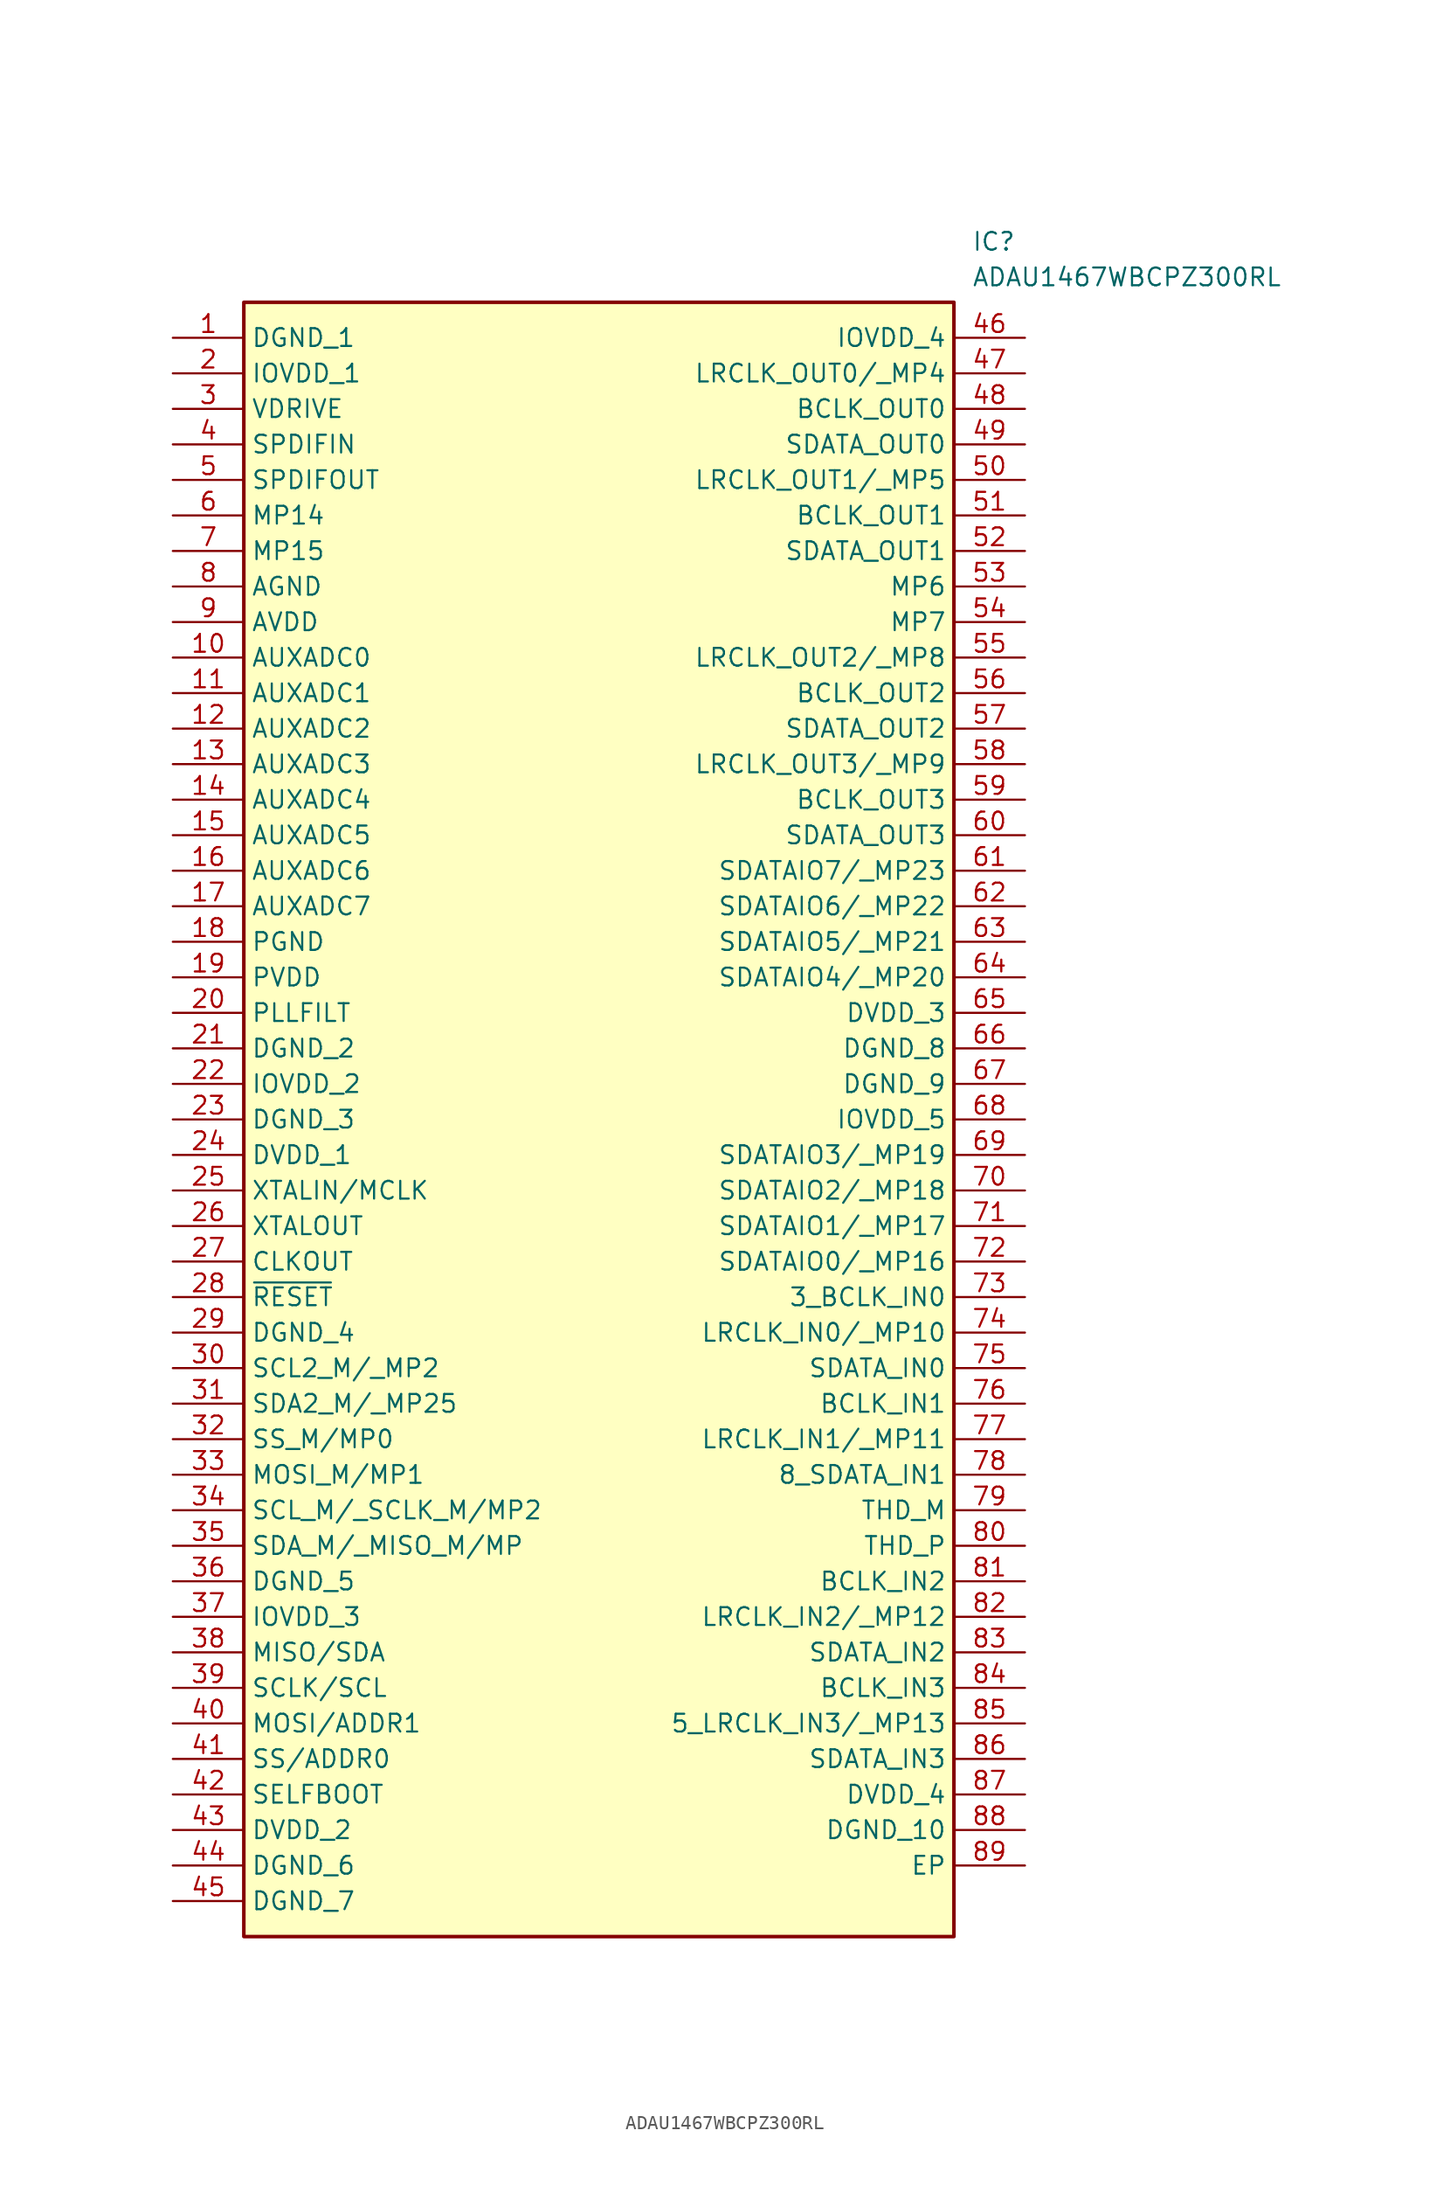
<source format=kicad_sym>
(kicad_symbol_lib
  (version 20211014)
  (generator SamacSys_ECAD_Model)
  (symbol "ADAU1467WBCPZ300RL"
    (property "Reference" "IC"
      (at 57.15 7.62 0)
      (effects (font (size 1.27 1.27)) (justify left top)))
    (property "Value" "ADAU1467WBCPZ300RL"
      (at 57.15 5.08 0)
      (effects (font (size 1.27 1.27)) (justify left top)))
    (rectangle
      (start 5.08 2.54)
      (end 55.88 -114.3)
      (stroke (width 0.254) (type default))
      (fill (type background)))
    (pin passive line
      (at 0 0 0)
      (length 5.08)
      (name "DGND_1" (effects (font (size 1.27 1.27))))
      (number "1" (effects (font (size 1.27 1.27)))))
    (pin passive line
      (at 0 -2.54 0)
      (length 5.08)
      (name "IOVDD_1" (effects (font (size 1.27 1.27))))
      (number "2" (effects (font (size 1.27 1.27)))))
    (pin passive line
      (at 0 -5.08 0)
      (length 5.08)
      (name "VDRIVE" (effects (font (size 1.27 1.27))))
      (number "3" (effects (font (size 1.27 1.27)))))
    (pin passive line
      (at 0 -7.62 0)
      (length 5.08)
      (name "SPDIFIN" (effects (font (size 1.27 1.27))))
      (number "4" (effects (font (size 1.27 1.27)))))
    (pin passive line
      (at 0 -10.16 0)
      (length 5.08)
      (name "SPDIFOUT" (effects (font (size 1.27 1.27))))
      (number "5" (effects (font (size 1.27 1.27)))))
    (pin passive line
      (at 0 -12.7 0)
      (length 5.08)
      (name "MP14" (effects (font (size 1.27 1.27))))
      (number "6" (effects (font (size 1.27 1.27)))))
    (pin passive line
      (at 0 -15.24 0)
      (length 5.08)
      (name "MP15" (effects (font (size 1.27 1.27))))
      (number "7" (effects (font (size 1.27 1.27)))))
    (pin passive line
      (at 0 -17.78 0)
      (length 5.08)
      (name "AGND" (effects (font (size 1.27 1.27))))
      (number "8" (effects (font (size 1.27 1.27)))))
    (pin passive line
      (at 0 -20.32 0)
      (length 5.08)
      (name "AVDD" (effects (font (size 1.27 1.27))))
      (number "9" (effects (font (size 1.27 1.27)))))
    (pin passive line
      (at 0 -22.86 0)
      (length 5.08)
      (name "AUXADC0" (effects (font (size 1.27 1.27))))
      (number "10" (effects (font (size 1.27 1.27)))))
    (pin passive line
      (at 0 -25.4 0)
      (length 5.08)
      (name "AUXADC1" (effects (font (size 1.27 1.27))))
      (number "11" (effects (font (size 1.27 1.27)))))
    (pin passive line
      (at 0 -27.94 0)
      (length 5.08)
      (name "AUXADC2" (effects (font (size 1.27 1.27))))
      (number "12" (effects (font (size 1.27 1.27)))))
    (pin passive line
      (at 0 -30.48 0)
      (length 5.08)
      (name "AUXADC3" (effects (font (size 1.27 1.27))))
      (number "13" (effects (font (size 1.27 1.27)))))
    (pin passive line
      (at 0 -33.02 0)
      (length 5.08)
      (name "AUXADC4" (effects (font (size 1.27 1.27))))
      (number "14" (effects (font (size 1.27 1.27)))))
    (pin passive line
      (at 0 -35.56 0)
      (length 5.08)
      (name "AUXADC5" (effects (font (size 1.27 1.27))))
      (number "15" (effects (font (size 1.27 1.27)))))
    (pin passive line
      (at 0 -38.1 0)
      (length 5.08)
      (name "AUXADC6" (effects (font (size 1.27 1.27))))
      (number "16" (effects (font (size 1.27 1.27)))))
    (pin passive line
      (at 0 -40.64 0)
      (length 5.08)
      (name "AUXADC7" (effects (font (size 1.27 1.27))))
      (number "17" (effects (font (size 1.27 1.27)))))
    (pin passive line
      (at 0 -43.18 0)
      (length 5.08)
      (name "PGND" (effects (font (size 1.27 1.27))))
      (number "18" (effects (font (size 1.27 1.27)))))
    (pin passive line
      (at 0 -45.72 0)
      (length 5.08)
      (name "PVDD" (effects (font (size 1.27 1.27))))
      (number "19" (effects (font (size 1.27 1.27)))))
    (pin passive line
      (at 0 -48.26 0)
      (length 5.08)
      (name "PLLFILT" (effects (font (size 1.27 1.27))))
      (number "20" (effects (font (size 1.27 1.27)))))
    (pin passive line
      (at 0 -50.8 0)
      (length 5.08)
      (name "DGND_2" (effects (font (size 1.27 1.27))))
      (number "21" (effects (font (size 1.27 1.27)))))
    (pin passive line
      (at 0 -53.34 0)
      (length 5.08)
      (name "IOVDD_2" (effects (font (size 1.27 1.27))))
      (number "22" (effects (font (size 1.27 1.27)))))
    (pin passive line
      (at 0 -55.88 0)
      (length 5.08)
      (name "DGND_3" (effects (font (size 1.27 1.27))))
      (number "23" (effects (font (size 1.27 1.27)))))
    (pin passive line
      (at 0 -58.42 0)
      (length 5.08)
      (name "DVDD_1" (effects (font (size 1.27 1.27))))
      (number "24" (effects (font (size 1.27 1.27)))))
    (pin passive line
      (at 0 -60.96 0)
      (length 5.08)
      (name "XTALIN/MCLK" (effects (font (size 1.27 1.27))))
      (number "25" (effects (font (size 1.27 1.27)))))
    (pin passive line
      (at 0 -63.5 0)
      (length 5.08)
      (name "XTALOUT" (effects (font (size 1.27 1.27))))
      (number "26" (effects (font (size 1.27 1.27)))))
    (pin passive line
      (at 0 -66.04 0)
      (length 5.08)
      (name "CLKOUT" (effects (font (size 1.27 1.27))))
      (number "27" (effects (font (size 1.27 1.27)))))
    (pin passive line
      (at 0 -68.58 0)
      (length 5.08)
      (name "~{RESET}" (effects (font (size 1.27 1.27))))
      (number "28" (effects (font (size 1.27 1.27)))))
    (pin passive line
      (at 0 -71.12 0)
      (length 5.08)
      (name "DGND_4" (effects (font (size 1.27 1.27))))
      (number "29" (effects (font (size 1.27 1.27)))))
    (pin passive line
      (at 0 -73.66 0)
      (length 5.08)
      (name "SCL2_M/_MP2" (effects (font (size 1.27 1.27))))
      (number "30" (effects (font (size 1.27 1.27)))))
    (pin passive line
      (at 0 -76.2 0)
      (length 5.08)
      (name "SDA2_M/_MP25" (effects (font (size 1.27 1.27))))
      (number "31" (effects (font (size 1.27 1.27)))))
    (pin passive line
      (at 0 -78.74 0)
      (length 5.08)
      (name "SS_M/MP0" (effects (font (size 1.27 1.27))))
      (number "32" (effects (font (size 1.27 1.27)))))
    (pin passive line
      (at 0 -81.28 0)
      (length 5.08)
      (name "MOSI_M/MP1" (effects (font (size 1.27 1.27))))
      (number "33" (effects (font (size 1.27 1.27)))))
    (pin passive line
      (at 0 -83.82 0)
      (length 5.08)
      (name "SCL_M/_SCLK_M/MP2" (effects (font (size 1.27 1.27))))
      (number "34" (effects (font (size 1.27 1.27)))))
    (pin passive line
      (at 0 -86.36 0)
      (length 5.08)
      (name "SDA_M/_MISO_M/MP" (effects (font (size 1.27 1.27))))
      (number "35" (effects (font (size 1.27 1.27)))))
    (pin passive line
      (at 0 -88.9 0)
      (length 5.08)
      (name "DGND_5" (effects (font (size 1.27 1.27))))
      (number "36" (effects (font (size 1.27 1.27)))))
    (pin passive line
      (at 0 -91.44 0)
      (length 5.08)
      (name "IOVDD_3" (effects (font (size 1.27 1.27))))
      (number "37" (effects (font (size 1.27 1.27)))))
    (pin passive line
      (at 0 -93.98 0)
      (length 5.08)
      (name "MISO/SDA" (effects (font (size 1.27 1.27))))
      (number "38" (effects (font (size 1.27 1.27)))))
    (pin passive line
      (at 0 -96.52 0)
      (length 5.08)
      (name "SCLK/SCL" (effects (font (size 1.27 1.27))))
      (number "39" (effects (font (size 1.27 1.27)))))
    (pin passive line
      (at 0 -99.06 0)
      (length 5.08)
      (name "MOSI/ADDR1" (effects (font (size 1.27 1.27))))
      (number "40" (effects (font (size 1.27 1.27)))))
    (pin passive line
      (at 0 -101.6 0)
      (length 5.08)
      (name "SS/ADDR0" (effects (font (size 1.27 1.27))))
      (number "41" (effects (font (size 1.27 1.27)))))
    (pin passive line
      (at 0 -104.14 0)
      (length 5.08)
      (name "SELFBOOT" (effects (font (size 1.27 1.27))))
      (number "42" (effects (font (size 1.27 1.27)))))
    (pin passive line
      (at 0 -106.68 0)
      (length 5.08)
      (name "DVDD_2" (effects (font (size 1.27 1.27))))
      (number "43" (effects (font (size 1.27 1.27)))))
    (pin passive line
      (at 0 -109.22 0)
      (length 5.08)
      (name "DGND_6" (effects (font (size 1.27 1.27))))
      (number "44" (effects (font (size 1.27 1.27)))))
    (pin passive line
      (at 0 -111.76 0)
      (length 5.08)
      (name "DGND_7" (effects (font (size 1.27 1.27))))
      (number "45" (effects (font (size 1.27 1.27)))))
    (pin passive line
      (at 60.96 0 180)
      (length 5.08)
      (name "IOVDD_4" (effects (font (size 1.27 1.27))))
      (number "46" (effects (font (size 1.27 1.27)))))
    (pin passive line
      (at 60.96 -2.54 180)
      (length 5.08)
      (name "LRCLK_OUT0/_MP4" (effects (font (size 1.27 1.27))))
      (number "47" (effects (font (size 1.27 1.27)))))
    (pin passive line
      (at 60.96 -5.08 180)
      (length 5.08)
      (name "BCLK_OUT0" (effects (font (size 1.27 1.27))))
      (number "48" (effects (font (size 1.27 1.27)))))
    (pin passive line
      (at 60.96 -7.62 180)
      (length 5.08)
      (name "SDATA_OUT0" (effects (font (size 1.27 1.27))))
      (number "49" (effects (font (size 1.27 1.27)))))
    (pin passive line
      (at 60.96 -10.16 180)
      (length 5.08)
      (name "LRCLK_OUT1/_MP5" (effects (font (size 1.27 1.27))))
      (number "50" (effects (font (size 1.27 1.27)))))
    (pin passive line
      (at 60.96 -12.7 180)
      (length 5.08)
      (name "BCLK_OUT1" (effects (font (size 1.27 1.27))))
      (number "51" (effects (font (size 1.27 1.27)))))
    (pin passive line
      (at 60.96 -15.24 180)
      (length 5.08)
      (name "SDATA_OUT1" (effects (font (size 1.27 1.27))))
      (number "52" (effects (font (size 1.27 1.27)))))
    (pin passive line
      (at 60.96 -17.78 180)
      (length 5.08)
      (name "MP6" (effects (font (size 1.27 1.27))))
      (number "53" (effects (font (size 1.27 1.27)))))
    (pin passive line
      (at 60.96 -20.32 180)
      (length 5.08)
      (name "MP7" (effects (font (size 1.27 1.27))))
      (number "54" (effects (font (size 1.27 1.27)))))
    (pin passive line
      (at 60.96 -22.86 180)
      (length 5.08)
      (name "LRCLK_OUT2/_MP8" (effects (font (size 1.27 1.27))))
      (number "55" (effects (font (size 1.27 1.27)))))
    (pin passive line
      (at 60.96 -25.4 180)
      (length 5.08)
      (name "BCLK_OUT2" (effects (font (size 1.27 1.27))))
      (number "56" (effects (font (size 1.27 1.27)))))
    (pin passive line
      (at 60.96 -27.94 180)
      (length 5.08)
      (name "SDATA_OUT2" (effects (font (size 1.27 1.27))))
      (number "57" (effects (font (size 1.27 1.27)))))
    (pin passive line
      (at 60.96 -30.48 180)
      (length 5.08)
      (name "LRCLK_OUT3/_MP9" (effects (font (size 1.27 1.27))))
      (number "58" (effects (font (size 1.27 1.27)))))
    (pin passive line
      (at 60.96 -33.02 180)
      (length 5.08)
      (name "BCLK_OUT3" (effects (font (size 1.27 1.27))))
      (number "59" (effects (font (size 1.27 1.27)))))
    (pin passive line
      (at 60.96 -35.56 180)
      (length 5.08)
      (name "SDATA_OUT3" (effects (font (size 1.27 1.27))))
      (number "60" (effects (font (size 1.27 1.27)))))
    (pin passive line
      (at 60.96 -38.1 180)
      (length 5.08)
      (name "SDATAIO7/_MP23" (effects (font (size 1.27 1.27))))
      (number "61" (effects (font (size 1.27 1.27)))))
    (pin passive line
      (at 60.96 -40.64 180)
      (length 5.08)
      (name "SDATAIO6/_MP22" (effects (font (size 1.27 1.27))))
      (number "62" (effects (font (size 1.27 1.27)))))
    (pin passive line
      (at 60.96 -43.18 180)
      (length 5.08)
      (name "SDATAIO5/_MP21" (effects (font (size 1.27 1.27))))
      (number "63" (effects (font (size 1.27 1.27)))))
    (pin passive line
      (at 60.96 -45.72 180)
      (length 5.08)
      (name "SDATAIO4/_MP20" (effects (font (size 1.27 1.27))))
      (number "64" (effects (font (size 1.27 1.27)))))
    (pin passive line
      (at 60.96 -48.26 180)
      (length 5.08)
      (name "DVDD_3" (effects (font (size 1.27 1.27))))
      (number "65" (effects (font (size 1.27 1.27)))))
    (pin passive line
      (at 60.96 -50.8 180)
      (length 5.08)
      (name "DGND_8" (effects (font (size 1.27 1.27))))
      (number "66" (effects (font (size 1.27 1.27)))))
    (pin passive line
      (at 60.96 -53.34 180)
      (length 5.08)
      (name "DGND_9" (effects (font (size 1.27 1.27))))
      (number "67" (effects (font (size 1.27 1.27)))))
    (pin passive line
      (at 60.96 -55.88 180)
      (length 5.08)
      (name "IOVDD_5" (effects (font (size 1.27 1.27))))
      (number "68" (effects (font (size 1.27 1.27)))))
    (pin passive line
      (at 60.96 -58.42 180)
      (length 5.08)
      (name "SDATAIO3/_MP19" (effects (font (size 1.27 1.27))))
      (number "69" (effects (font (size 1.27 1.27)))))
    (pin passive line
      (at 60.96 -60.96 180)
      (length 5.08)
      (name "SDATAIO2/_MP18" (effects (font (size 1.27 1.27))))
      (number "70" (effects (font (size 1.27 1.27)))))
    (pin passive line
      (at 60.96 -63.5 180)
      (length 5.08)
      (name "SDATAIO1/_MP17" (effects (font (size 1.27 1.27))))
      (number "71" (effects (font (size 1.27 1.27)))))
    (pin passive line
      (at 60.96 -66.04 180)
      (length 5.08)
      (name "SDATAIO0/_MP16" (effects (font (size 1.27 1.27))))
      (number "72" (effects (font (size 1.27 1.27)))))
    (pin passive line
      (at 60.96 -68.58 180)
      (length 5.08)
      (name "3_BCLK_IN0" (effects (font (size 1.27 1.27))))
      (number "73" (effects (font (size 1.27 1.27)))))
    (pin passive line
      (at 60.96 -71.12 180)
      (length 5.08)
      (name "LRCLK_IN0/_MP10" (effects (font (size 1.27 1.27))))
      (number "74" (effects (font (size 1.27 1.27)))))
    (pin passive line
      (at 60.96 -73.66 180)
      (length 5.08)
      (name "SDATA_IN0" (effects (font (size 1.27 1.27))))
      (number "75" (effects (font (size 1.27 1.27)))))
    (pin passive line
      (at 60.96 -76.2 180)
      (length 5.08)
      (name "BCLK_IN1" (effects (font (size 1.27 1.27))))
      (number "76" (effects (font (size 1.27 1.27)))))
    (pin passive line
      (at 60.96 -78.74 180)
      (length 5.08)
      (name "LRCLK_IN1/_MP11" (effects (font (size 1.27 1.27))))
      (number "77" (effects (font (size 1.27 1.27)))))
    (pin passive line
      (at 60.96 -81.28 180)
      (length 5.08)
      (name "8_SDATA_IN1" (effects (font (size 1.27 1.27))))
      (number "78" (effects (font (size 1.27 1.27)))))
    (pin passive line
      (at 60.96 -83.82 180)
      (length 5.08)
      (name "THD_M" (effects (font (size 1.27 1.27))))
      (number "79" (effects (font (size 1.27 1.27)))))
    (pin passive line
      (at 60.96 -86.36 180)
      (length 5.08)
      (name "THD_P" (effects (font (size 1.27 1.27))))
      (number "80" (effects (font (size 1.27 1.27)))))
    (pin passive line
      (at 60.96 -88.9 180)
      (length 5.08)
      (name "BCLK_IN2" (effects (font (size 1.27 1.27))))
      (number "81" (effects (font (size 1.27 1.27)))))
    (pin passive line
      (at 60.96 -91.44 180)
      (length 5.08)
      (name "LRCLK_IN2/_MP12" (effects (font (size 1.27 1.27))))
      (number "82" (effects (font (size 1.27 1.27)))))
    (pin passive line
      (at 60.96 -93.98 180)
      (length 5.08)
      (name "SDATA_IN2" (effects (font (size 1.27 1.27))))
      (number "83" (effects (font (size 1.27 1.27)))))
    (pin passive line
      (at 60.96 -96.52 180)
      (length 5.08)
      (name "BCLK_IN3" (effects (font (size 1.27 1.27))))
      (number "84" (effects (font (size 1.27 1.27)))))
    (pin passive line
      (at 60.96 -99.06 180)
      (length 5.08)
      (name "5_LRCLK_IN3/_MP13" (effects (font (size 1.27 1.27))))
      (number "85" (effects (font (size 1.27 1.27)))))
    (pin passive line
      (at 60.96 -101.6 180)
      (length 5.08)
      (name "SDATA_IN3" (effects (font (size 1.27 1.27))))
      (number "86" (effects (font (size 1.27 1.27)))))
    (pin passive line
      (at 60.96 -104.14 180)
      (length 5.08)
      (name "DVDD_4" (effects (font (size 1.27 1.27))))
      (number "87" (effects (font (size 1.27 1.27)))))
    (pin passive line
      (at 60.96 -106.68 180)
      (length 5.08)
      (name "DGND_10" (effects (font (size 1.27 1.27))))
      (number "88" (effects (font (size 1.27 1.27)))))
    (pin passive line
      (at 60.96 -109.22 180)
      (length 5.08)
      (name "EP" (effects (font (size 1.27 1.27))))
      (number "89" (effects (font (size 1.27 1.27)))))))
</source>
